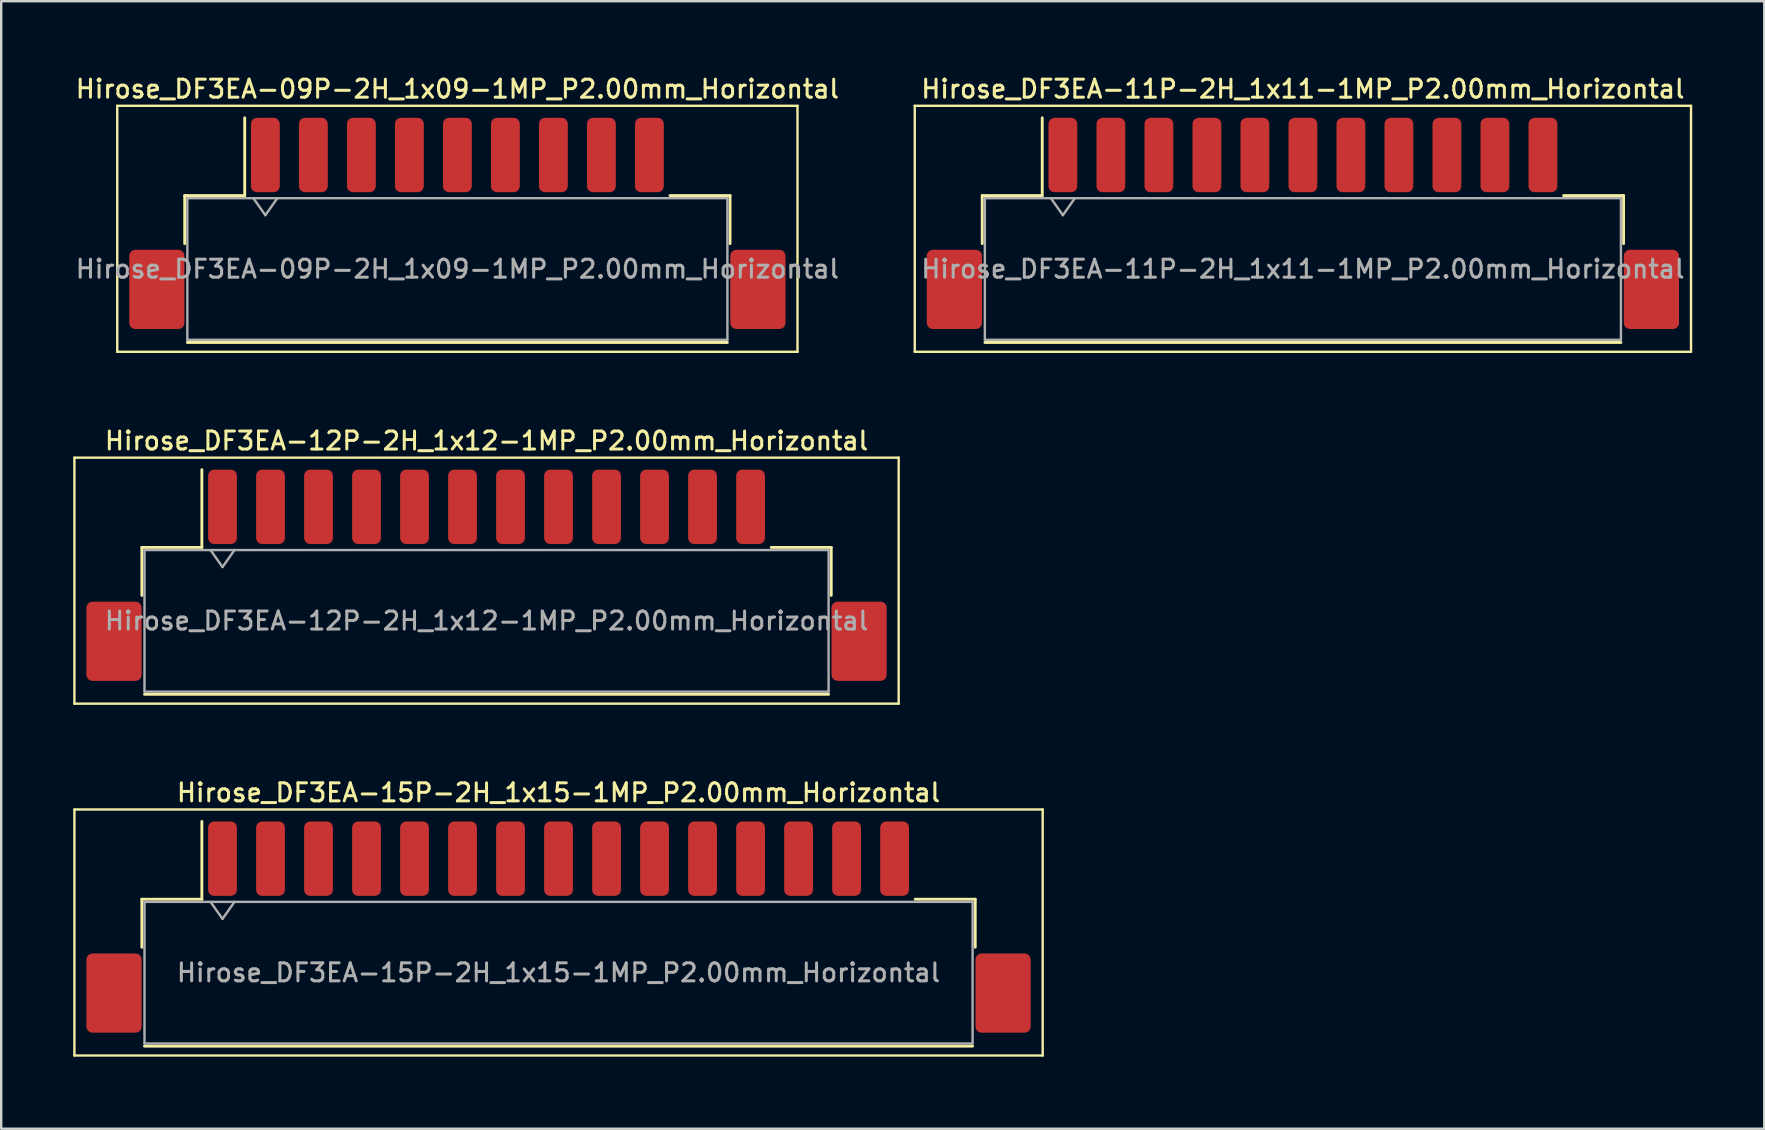
<source format=kicad_pcb>
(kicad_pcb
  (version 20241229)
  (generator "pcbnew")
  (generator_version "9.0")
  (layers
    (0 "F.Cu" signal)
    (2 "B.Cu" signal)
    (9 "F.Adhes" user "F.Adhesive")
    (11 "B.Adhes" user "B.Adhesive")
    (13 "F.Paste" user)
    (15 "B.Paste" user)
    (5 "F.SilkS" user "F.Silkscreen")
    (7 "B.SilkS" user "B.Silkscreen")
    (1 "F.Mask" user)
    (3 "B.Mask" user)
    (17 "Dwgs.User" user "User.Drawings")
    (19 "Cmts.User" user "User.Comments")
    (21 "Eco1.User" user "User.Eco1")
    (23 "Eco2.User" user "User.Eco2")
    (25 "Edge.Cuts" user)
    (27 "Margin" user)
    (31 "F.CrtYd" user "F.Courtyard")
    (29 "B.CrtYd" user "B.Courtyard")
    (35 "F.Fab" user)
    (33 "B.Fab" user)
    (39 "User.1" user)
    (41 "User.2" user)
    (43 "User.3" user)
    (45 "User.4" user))
  (footprint "Hirose_DF3EA-15P-2H_1x15-1MP_P2.00mm_Horizontal"
    (layer "F.Cu")
    (at 20.22 35.574)
    (property "Reference" "Hirose_DF3EA-15P-2H_1x15-1MP_P2.00mm_Horizontal" (at 0 -5.6 0) (layer "F.SilkS") (effects (font (size 0.75 0.75) (thickness 0.125))))
    (attr smd)
    (fp_line (start -20.17 -4.9) (end -20.17 5.35) (stroke (width 0.1) (type solid)) (layer "F.SilkS"))
    (fp_line (start -20.17 5.35) (end 20.17 5.35) (stroke (width 0.1) (type solid)) (layer "F.SilkS"))
    (fp_line (start -17.36 -1.16) (end -14.86 -1.16) (stroke (width 0.12) (type solid)) (layer "F.SilkS"))
    (fp_line (start -17.36 0.84) (end -17.36 -1.16) (stroke (width 0.12) (type solid)) (layer "F.SilkS"))
    (fp_line (start -17.25 4.96) (end 17.25 4.96) (stroke (width 0.12) (type solid)) (layer "F.SilkS"))
    (fp_line (start -14.86 -1.16) (end -14.86 -4.4) (stroke (width 0.12) (type solid)) (layer "F.SilkS"))
    (fp_line (start 17.36 -1.16) (end 14.86 -1.16) (stroke (width 0.12) (type solid)) (layer "F.SilkS"))
    (fp_line (start 17.36 0.84) (end 17.36 -1.16) (stroke (width 0.12) (type solid)) (layer "F.SilkS"))
    (fp_line (start 20.17 -4.9) (end -20.17 -4.9) (stroke (width 0.1) (type solid)) (layer "F.SilkS"))
    (fp_line (start 20.17 5.35) (end 20.17 -4.9) (stroke (width 0.1) (type solid)) (layer "F.SilkS"))
    (fp_line (start -17.25 -1.05) (end -17.25 4.85) (stroke (width 0.1) (type solid)) (layer "F.Fab"))
    (fp_line (start -17.25 -1.05) (end 17.25 -1.05) (stroke (width 0.1) (type solid)) (layer "F.Fab"))
    (fp_line (start -17.25 4.85) (end 17.25 4.85) (stroke (width 0.1) (type solid)) (layer "F.Fab"))
    (fp_line (start -14.5 -1.05) (end -14 -0.343) (stroke (width 0.1) (type solid)) (layer "F.Fab"))
    (fp_line (start -14 -0.343) (end -13.5 -1.05) (stroke (width 0.1) (type solid)) (layer "F.Fab"))
    (fp_line (start 17.25 -1.05) (end 17.25 4.85) (stroke (width 0.1) (type solid)) (layer "F.Fab"))
    (fp_text user "${REFERENCE}" (at 0 1.9 0) (layer "F.Fab") (effects (font (size 0.75 0.75) (thickness 0.125))))
    (pad "1" smd roundrect (at -14 -2.85) (size 1.2 3.1) (layers "F.Cu" "F.Mask" "F.Paste") (roundrect_rratio 0.208))
    (pad "2" smd roundrect (at -12 -2.85) (size 1.2 3.1) (layers "F.Cu" "F.Mask" "F.Paste") (roundrect_rratio 0.208))
    (pad "3" smd roundrect (at -10 -2.85) (size 1.2 3.1) (layers "F.Cu" "F.Mask" "F.Paste") (roundrect_rratio 0.208))
    (pad "4" smd roundrect (at -8 -2.85) (size 1.2 3.1) (layers "F.Cu" "F.Mask" "F.Paste") (roundrect_rratio 0.208))
    (pad "5" smd roundrect (at -6 -2.85) (size 1.2 3.1) (layers "F.Cu" "F.Mask" "F.Paste") (roundrect_rratio 0.208))
    (pad "6" smd roundrect (at -4 -2.85) (size 1.2 3.1) (layers "F.Cu" "F.Mask" "F.Paste") (roundrect_rratio 0.208))
    (pad "7" smd roundrect (at -2 -2.85) (size 1.2 3.1) (layers "F.Cu" "F.Mask" "F.Paste") (roundrect_rratio 0.208))
    (pad "8" smd roundrect (at 0 -2.85) (size 1.2 3.1) (layers "F.Cu" "F.Mask" "F.Paste") (roundrect_rratio 0.208))
    (pad "9" smd roundrect (at 2 -2.85) (size 1.2 3.1) (layers "F.Cu" "F.Mask" "F.Paste") (roundrect_rratio 0.208))
    (pad "10" smd roundrect (at 4 -2.85) (size 1.2 3.1) (layers "F.Cu" "F.Mask" "F.Paste") (roundrect_rratio 0.208))
    (pad "11" smd roundrect (at 6 -2.85) (size 1.2 3.1) (layers "F.Cu" "F.Mask" "F.Paste") (roundrect_rratio 0.208))
    (pad "12" smd roundrect (at 8 -2.85) (size 1.2 3.1) (layers "F.Cu" "F.Mask" "F.Paste") (roundrect_rratio 0.208))
    (pad "13" smd roundrect (at 10 -2.85) (size 1.2 3.1) (layers "F.Cu" "F.Mask" "F.Paste") (roundrect_rratio 0.208))
    (pad "14" smd roundrect (at 12 -2.85) (size 1.2 3.1) (layers "F.Cu" "F.Mask" "F.Paste") (roundrect_rratio 0.208))
    (pad "15" smd roundrect (at 14 -2.85) (size 1.2 3.1) (layers "F.Cu" "F.Mask" "F.Paste") (roundrect_rratio 0.208))
    (pad "MP" smd roundrect (at -18.52 2.75) (size 2.3 3.3) (layers "F.Cu" "F.Mask" "F.Paste") (roundrect_rratio 0.109))
    (pad "MP" smd roundrect (at 18.52 2.75) (size 2.3 3.3) (layers "F.Cu" "F.Mask" "F.Paste") (roundrect_rratio 0.109)))
  (footprint "Hirose_DF3EA-11P-2H_1x11-1MP_P2.00mm_Horizontal"
    (layer "F.Cu")
    (at 51.231 6.258)
    (property "Reference" "Hirose_DF3EA-11P-2H_1x11-1MP_P2.00mm_Horizontal" (at 0 -5.6 0) (layer "F.SilkS") (effects (font (size 0.75 0.75) (thickness 0.125))))
    (attr smd)
    (fp_line (start -16.17 -4.9) (end -16.17 5.35) (stroke (width 0.1) (type solid)) (layer "F.SilkS"))
    (fp_line (start -16.17 5.35) (end 16.17 5.35) (stroke (width 0.1) (type solid)) (layer "F.SilkS"))
    (fp_line (start -13.36 -1.16) (end -10.86 -1.16) (stroke (width 0.12) (type solid)) (layer "F.SilkS"))
    (fp_line (start -13.36 0.84) (end -13.36 -1.16) (stroke (width 0.12) (type solid)) (layer "F.SilkS"))
    (fp_line (start -13.25 4.96) (end 13.25 4.96) (stroke (width 0.12) (type solid)) (layer "F.SilkS"))
    (fp_line (start -10.86 -1.16) (end -10.86 -4.4) (stroke (width 0.12) (type solid)) (layer "F.SilkS"))
    (fp_line (start 13.36 -1.16) (end 10.86 -1.16) (stroke (width 0.12) (type solid)) (layer "F.SilkS"))
    (fp_line (start 13.36 0.84) (end 13.36 -1.16) (stroke (width 0.12) (type solid)) (layer "F.SilkS"))
    (fp_line (start 16.17 -4.9) (end -16.17 -4.9) (stroke (width 0.1) (type solid)) (layer "F.SilkS"))
    (fp_line (start 16.17 5.35) (end 16.17 -4.9) (stroke (width 0.1) (type solid)) (layer "F.SilkS"))
    (fp_line (start -13.25 -1.05) (end -13.25 4.85) (stroke (width 0.1) (type solid)) (layer "F.Fab"))
    (fp_line (start -13.25 -1.05) (end 13.25 -1.05) (stroke (width 0.1) (type solid)) (layer "F.Fab"))
    (fp_line (start -13.25 4.85) (end 13.25 4.85) (stroke (width 0.1) (type solid)) (layer "F.Fab"))
    (fp_line (start -10.5 -1.05) (end -10 -0.343) (stroke (width 0.1) (type solid)) (layer "F.Fab"))
    (fp_line (start -10 -0.343) (end -9.5 -1.05) (stroke (width 0.1) (type solid)) (layer "F.Fab"))
    (fp_line (start 13.25 -1.05) (end 13.25 4.85) (stroke (width 0.1) (type solid)) (layer "F.Fab"))
    (fp_text user "${REFERENCE}" (at 0 1.9 0) (layer "F.Fab") (effects (font (size 0.75 0.75) (thickness 0.125))))
    (pad "1" smd roundrect (at -10 -2.85) (size 1.2 3.1) (layers "F.Cu" "F.Mask" "F.Paste") (roundrect_rratio 0.208))
    (pad "2" smd roundrect (at -8 -2.85) (size 1.2 3.1) (layers "F.Cu" "F.Mask" "F.Paste") (roundrect_rratio 0.208))
    (pad "3" smd roundrect (at -6 -2.85) (size 1.2 3.1) (layers "F.Cu" "F.Mask" "F.Paste") (roundrect_rratio 0.208))
    (pad "4" smd roundrect (at -4 -2.85) (size 1.2 3.1) (layers "F.Cu" "F.Mask" "F.Paste") (roundrect_rratio 0.208))
    (pad "5" smd roundrect (at -2 -2.85) (size 1.2 3.1) (layers "F.Cu" "F.Mask" "F.Paste") (roundrect_rratio 0.208))
    (pad "6" smd roundrect (at 0 -2.85) (size 1.2 3.1) (layers "F.Cu" "F.Mask" "F.Paste") (roundrect_rratio 0.208))
    (pad "7" smd roundrect (at 2 -2.85) (size 1.2 3.1) (layers "F.Cu" "F.Mask" "F.Paste") (roundrect_rratio 0.208))
    (pad "8" smd roundrect (at 4 -2.85) (size 1.2 3.1) (layers "F.Cu" "F.Mask" "F.Paste") (roundrect_rratio 0.208))
    (pad "9" smd roundrect (at 6 -2.85) (size 1.2 3.1) (layers "F.Cu" "F.Mask" "F.Paste") (roundrect_rratio 0.208))
    (pad "10" smd roundrect (at 8 -2.85) (size 1.2 3.1) (layers "F.Cu" "F.Mask" "F.Paste") (roundrect_rratio 0.208))
    (pad "11" smd roundrect (at 10 -2.85) (size 1.2 3.1) (layers "F.Cu" "F.Mask" "F.Paste") (roundrect_rratio 0.208))
    (pad "MP" smd roundrect (at -14.52 2.75) (size 2.3 3.3) (layers "F.Cu" "F.Mask" "F.Paste") (roundrect_rratio 0.109))
    (pad "MP" smd roundrect (at 14.52 2.75) (size 2.3 3.3) (layers "F.Cu" "F.Mask" "F.Paste") (roundrect_rratio 0.109)))
  (footprint "Hirose_DF3EA-12P-2H_1x12-1MP_P2.00mm_Horizontal"
    (layer "F.Cu")
    (at 17.22 20.916)
    (property "Reference" "Hirose_DF3EA-12P-2H_1x12-1MP_P2.00mm_Horizontal" (at 0 -5.6 0) (layer "F.SilkS") (effects (font (size 0.75 0.75) (thickness 0.125))))
    (attr smd)
    (fp_line (start -17.17 -4.9) (end -17.17 5.35) (stroke (width 0.1) (type solid)) (layer "F.SilkS"))
    (fp_line (start -17.17 5.35) (end 17.17 5.35) (stroke (width 0.1) (type solid)) (layer "F.SilkS"))
    (fp_line (start -14.36 -1.16) (end -11.86 -1.16) (stroke (width 0.12) (type solid)) (layer "F.SilkS"))
    (fp_line (start -14.36 0.84) (end -14.36 -1.16) (stroke (width 0.12) (type solid)) (layer "F.SilkS"))
    (fp_line (start -14.25 4.96) (end 14.25 4.96) (stroke (width 0.12) (type solid)) (layer "F.SilkS"))
    (fp_line (start -11.86 -1.16) (end -11.86 -4.4) (stroke (width 0.12) (type solid)) (layer "F.SilkS"))
    (fp_line (start 14.36 -1.16) (end 11.86 -1.16) (stroke (width 0.12) (type solid)) (layer "F.SilkS"))
    (fp_line (start 14.36 0.84) (end 14.36 -1.16) (stroke (width 0.12) (type solid)) (layer "F.SilkS"))
    (fp_line (start 17.17 -4.9) (end -17.17 -4.9) (stroke (width 0.1) (type solid)) (layer "F.SilkS"))
    (fp_line (start 17.17 5.35) (end 17.17 -4.9) (stroke (width 0.1) (type solid)) (layer "F.SilkS"))
    (fp_line (start -14.25 -1.05) (end -14.25 4.85) (stroke (width 0.1) (type solid)) (layer "F.Fab"))
    (fp_line (start -14.25 -1.05) (end 14.25 -1.05) (stroke (width 0.1) (type solid)) (layer "F.Fab"))
    (fp_line (start -14.25 4.85) (end 14.25 4.85) (stroke (width 0.1) (type solid)) (layer "F.Fab"))
    (fp_line (start -11.5 -1.05) (end -11 -0.343) (stroke (width 0.1) (type solid)) (layer "F.Fab"))
    (fp_line (start -11 -0.343) (end -10.5 -1.05) (stroke (width 0.1) (type solid)) (layer "F.Fab"))
    (fp_line (start 14.25 -1.05) (end 14.25 4.85) (stroke (width 0.1) (type solid)) (layer "F.Fab"))
    (fp_text user "${REFERENCE}" (at 0 1.9 0) (layer "F.Fab") (effects (font (size 0.75 0.75) (thickness 0.125))))
    (pad "1" smd roundrect (at -11 -2.85) (size 1.2 3.1) (layers "F.Cu" "F.Mask" "F.Paste") (roundrect_rratio 0.208))
    (pad "2" smd roundrect (at -9 -2.85) (size 1.2 3.1) (layers "F.Cu" "F.Mask" "F.Paste") (roundrect_rratio 0.208))
    (pad "3" smd roundrect (at -7 -2.85) (size 1.2 3.1) (layers "F.Cu" "F.Mask" "F.Paste") (roundrect_rratio 0.208))
    (pad "4" smd roundrect (at -5 -2.85) (size 1.2 3.1) (layers "F.Cu" "F.Mask" "F.Paste") (roundrect_rratio 0.208))
    (pad "5" smd roundrect (at -3 -2.85) (size 1.2 3.1) (layers "F.Cu" "F.Mask" "F.Paste") (roundrect_rratio 0.208))
    (pad "6" smd roundrect (at -1 -2.85) (size 1.2 3.1) (layers "F.Cu" "F.Mask" "F.Paste") (roundrect_rratio 0.208))
    (pad "7" smd roundrect (at 1 -2.85) (size 1.2 3.1) (layers "F.Cu" "F.Mask" "F.Paste") (roundrect_rratio 0.208))
    (pad "8" smd roundrect (at 3 -2.85) (size 1.2 3.1) (layers "F.Cu" "F.Mask" "F.Paste") (roundrect_rratio 0.208))
    (pad "9" smd roundrect (at 5 -2.85) (size 1.2 3.1) (layers "F.Cu" "F.Mask" "F.Paste") (roundrect_rratio 0.208))
    (pad "10" smd roundrect (at 7 -2.85) (size 1.2 3.1) (layers "F.Cu" "F.Mask" "F.Paste") (roundrect_rratio 0.208))
    (pad "11" smd roundrect (at 9 -2.85) (size 1.2 3.1) (layers "F.Cu" "F.Mask" "F.Paste") (roundrect_rratio 0.208))
    (pad "12" smd roundrect (at 11 -2.85) (size 1.2 3.1) (layers "F.Cu" "F.Mask" "F.Paste") (roundrect_rratio 0.208))
    (pad "MP" smd roundrect (at -15.52 2.75) (size 2.3 3.3) (layers "F.Cu" "F.Mask" "F.Paste") (roundrect_rratio 0.109))
    (pad "MP" smd roundrect (at 15.52 2.75) (size 2.3 3.3) (layers "F.Cu" "F.Mask" "F.Paste") (roundrect_rratio 0.109)))
  (footprint "Hirose_DF3EA-09P-2H_1x09-1MP_P2.00mm_Horizontal"
    (layer "F.Cu")
    (at 16.005 6.258)
    (property "Reference" "Hirose_DF3EA-09P-2H_1x09-1MP_P2.00mm_Horizontal" (at 0 -5.6 0) (layer "F.SilkS") (effects (font (size 0.75 0.75) (thickness 0.125))))
    (attr smd)
    (fp_line (start -14.17 -4.9) (end -14.17 5.35) (stroke (width 0.1) (type solid)) (layer "F.SilkS"))
    (fp_line (start -14.17 5.35) (end 14.17 5.35) (stroke (width 0.1) (type solid)) (layer "F.SilkS"))
    (fp_line (start -11.36 -1.16) (end -8.86 -1.16) (stroke (width 0.12) (type solid)) (layer "F.SilkS"))
    (fp_line (start -11.36 0.84) (end -11.36 -1.16) (stroke (width 0.12) (type solid)) (layer "F.SilkS"))
    (fp_line (start -11.25 4.96) (end 11.25 4.96) (stroke (width 0.12) (type solid)) (layer "F.SilkS"))
    (fp_line (start -8.86 -1.16) (end -8.86 -4.4) (stroke (width 0.12) (type solid)) (layer "F.SilkS"))
    (fp_line (start 11.36 -1.16) (end 8.86 -1.16) (stroke (width 0.12) (type solid)) (layer "F.SilkS"))
    (fp_line (start 11.36 0.84) (end 11.36 -1.16) (stroke (width 0.12) (type solid)) (layer "F.SilkS"))
    (fp_line (start 14.17 -4.9) (end -14.17 -4.9) (stroke (width 0.1) (type solid)) (layer "F.SilkS"))
    (fp_line (start 14.17 5.35) (end 14.17 -4.9) (stroke (width 0.1) (type solid)) (layer "F.SilkS"))
    (fp_line (start -11.25 -1.05) (end -11.25 4.85) (stroke (width 0.1) (type solid)) (layer "F.Fab"))
    (fp_line (start -11.25 -1.05) (end 11.25 -1.05) (stroke (width 0.1) (type solid)) (layer "F.Fab"))
    (fp_line (start -11.25 4.85) (end 11.25 4.85) (stroke (width 0.1) (type solid)) (layer "F.Fab"))
    (fp_line (start -8.5 -1.05) (end -8 -0.343) (stroke (width 0.1) (type solid)) (layer "F.Fab"))
    (fp_line (start -8 -0.343) (end -7.5 -1.05) (stroke (width 0.1) (type solid)) (layer "F.Fab"))
    (fp_line (start 11.25 -1.05) (end 11.25 4.85) (stroke (width 0.1) (type solid)) (layer "F.Fab"))
    (fp_text user "${REFERENCE}" (at 0 1.9 0) (layer "F.Fab") (effects (font (size 0.75 0.75) (thickness 0.125))))
    (pad "1" smd roundrect (at -8 -2.85) (size 1.2 3.1) (layers "F.Cu" "F.Mask" "F.Paste") (roundrect_rratio 0.208))
    (pad "2" smd roundrect (at -6 -2.85) (size 1.2 3.1) (layers "F.Cu" "F.Mask" "F.Paste") (roundrect_rratio 0.208))
    (pad "3" smd roundrect (at -4 -2.85) (size 1.2 3.1) (layers "F.Cu" "F.Mask" "F.Paste") (roundrect_rratio 0.208))
    (pad "4" smd roundrect (at -2 -2.85) (size 1.2 3.1) (layers "F.Cu" "F.Mask" "F.Paste") (roundrect_rratio 0.208))
    (pad "5" smd roundrect (at 0 -2.85) (size 1.2 3.1) (layers "F.Cu" "F.Mask" "F.Paste") (roundrect_rratio 0.208))
    (pad "6" smd roundrect (at 2 -2.85) (size 1.2 3.1) (layers "F.Cu" "F.Mask" "F.Paste") (roundrect_rratio 0.208))
    (pad "7" smd roundrect (at 4 -2.85) (size 1.2 3.1) (layers "F.Cu" "F.Mask" "F.Paste") (roundrect_rratio 0.208))
    (pad "8" smd roundrect (at 6 -2.85) (size 1.2 3.1) (layers "F.Cu" "F.Mask" "F.Paste") (roundrect_rratio 0.208))
    (pad "9" smd roundrect (at 8 -2.85) (size 1.2 3.1) (layers "F.Cu" "F.Mask" "F.Paste") (roundrect_rratio 0.208))
    (pad "MP" smd roundrect (at -12.52 2.75) (size 2.3 3.3) (layers "F.Cu" "F.Mask" "F.Paste") (roundrect_rratio 0.109))
    (pad "MP" smd roundrect (at 12.52 2.75) (size 2.3 3.3) (layers "F.Cu" "F.Mask" "F.Paste") (roundrect_rratio 0.109)))
  (gr_rect
    (start -3 -3)
    (end 70.451 43.974)
    (stroke (width 0.1) (type default))
    (fill no)
    (layer "Edge.Cuts")))
</source>
